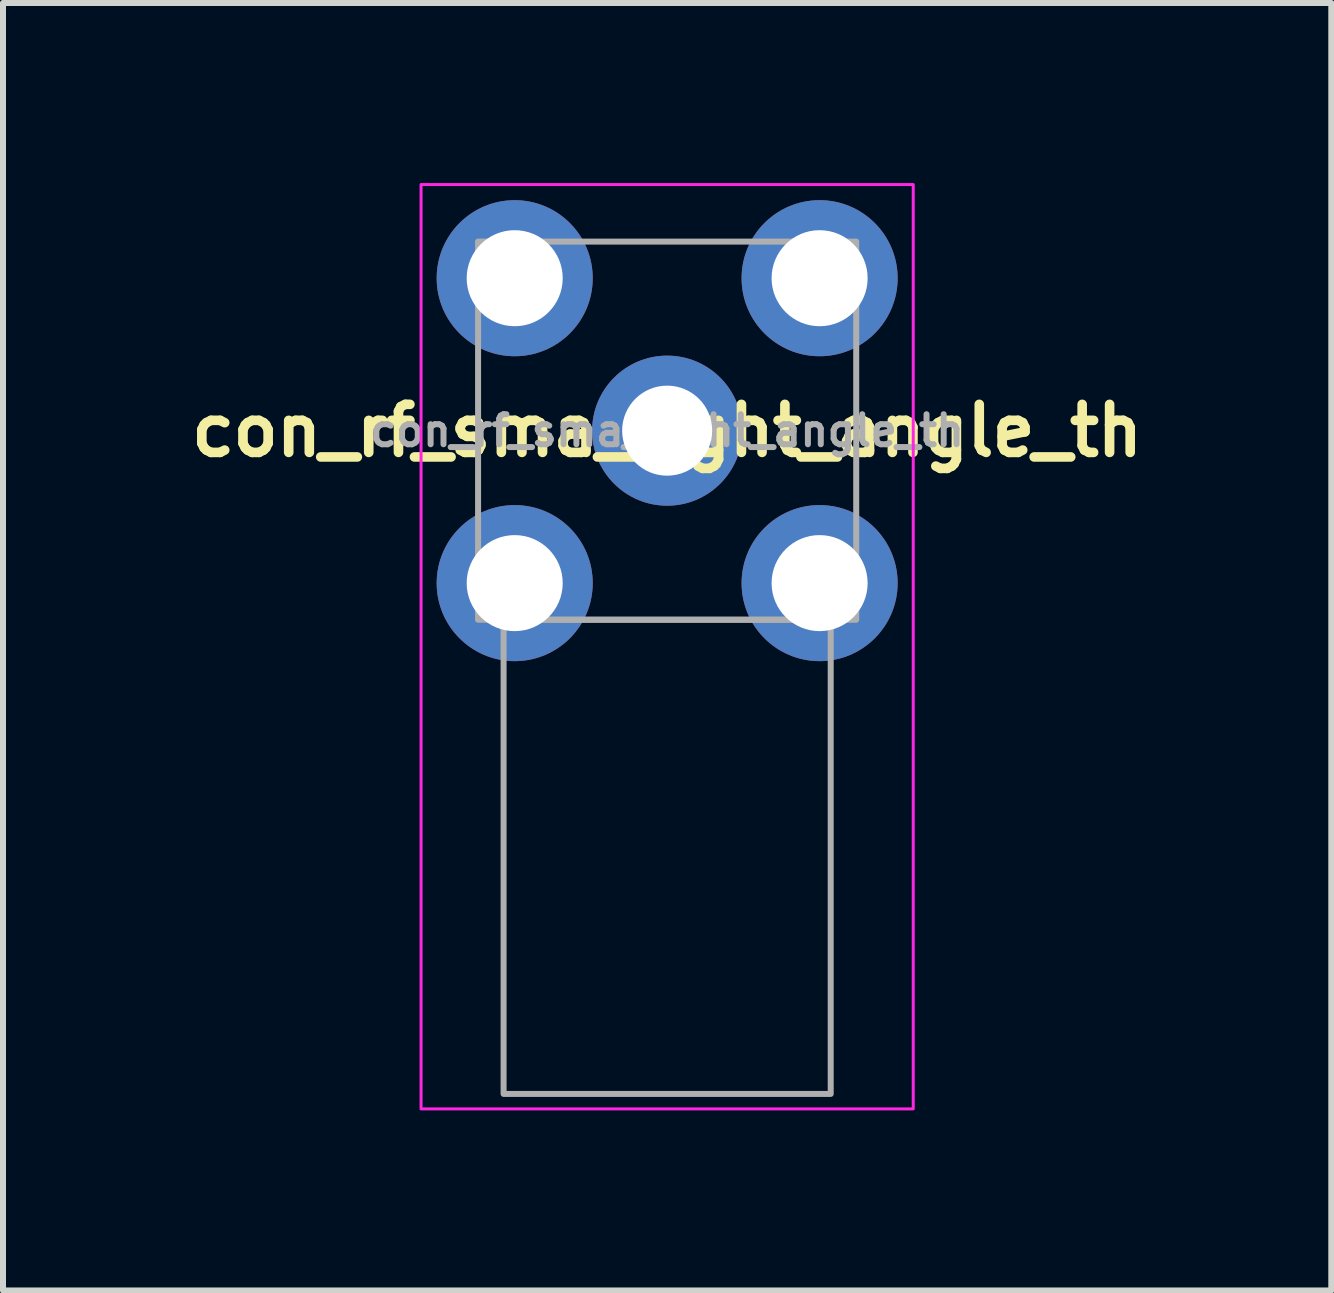
<source format=kicad_pcb>
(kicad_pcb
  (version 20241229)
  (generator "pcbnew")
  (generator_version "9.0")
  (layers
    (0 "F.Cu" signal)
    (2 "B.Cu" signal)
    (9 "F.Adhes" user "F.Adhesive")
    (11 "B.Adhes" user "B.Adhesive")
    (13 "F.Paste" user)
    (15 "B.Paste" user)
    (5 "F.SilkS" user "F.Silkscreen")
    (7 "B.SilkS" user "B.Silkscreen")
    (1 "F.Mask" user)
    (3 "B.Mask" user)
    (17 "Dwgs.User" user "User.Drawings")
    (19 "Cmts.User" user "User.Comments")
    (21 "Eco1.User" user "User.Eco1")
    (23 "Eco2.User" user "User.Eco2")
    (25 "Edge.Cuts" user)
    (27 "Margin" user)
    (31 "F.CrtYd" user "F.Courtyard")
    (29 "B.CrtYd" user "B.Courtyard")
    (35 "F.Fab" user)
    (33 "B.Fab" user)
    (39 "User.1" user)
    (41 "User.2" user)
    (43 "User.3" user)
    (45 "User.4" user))
  (footprint "con_rf_sma_right_angle_th"
    (layer "F.Cu")
    (at 8.065 4.125)
    (property "Reference" "con_rf_sma_right_angle_th" (at 0 0 0) (layer "F.SilkS") (effects (font (size 0.8 0.8) (thickness 0.16))))
    (attr through_hole exclude_from_pos_files)
    (fp_rect (start -4.1 -4.1) (end 4.1 11.3) (stroke (width 0.05) (type default)) (fill no) (layer "F.CrtYd"))
    (fp_rect (start -3.15 -3.15) (end 3.15 3.15) (stroke (width 0.1) (type solid)) (fill no) (layer "F.Fab"))
    (fp_rect (start -2.725 3.15) (end 2.725 11.05) (stroke (width 0.1) (type default)) (fill no) (layer "F.Fab"))
    (fp_text user "${REFERENCE}" (at 0 0 0) (layer "F.Fab") (effects (font (size 0.5 0.5) (thickness 0.1))))
    (pad "1" thru_hole circle (at 0 0) (size 2.5 2.5) (drill 1.5) (layers "*.Cu" "*.Mask"))
    (pad "2" thru_hole circle (at -2.54 2.54) (size 2.6 2.6) (drill 1.6) (layers "*.Cu" "*.Mask"))
    (pad "3" thru_hole circle (at 2.54 2.54) (size 2.6 2.6) (drill 1.6) (layers "*.Cu" "*.Mask"))
    (pad "4" thru_hole circle (at 2.54 -2.54) (size 2.6 2.6) (drill 1.6) (layers "*.Cu" "*.Mask"))
    (pad "5" thru_hole circle (at -2.54 -2.54) (size 2.6 2.6) (drill 1.6) (layers "*.Cu" "*.Mask")))
  (gr_rect
    (start -3 -3)
    (end 19.13 18.45)
    (stroke (width 0.1) (type default))
    (fill no)
    (layer "Edge.Cuts")))
</source>
